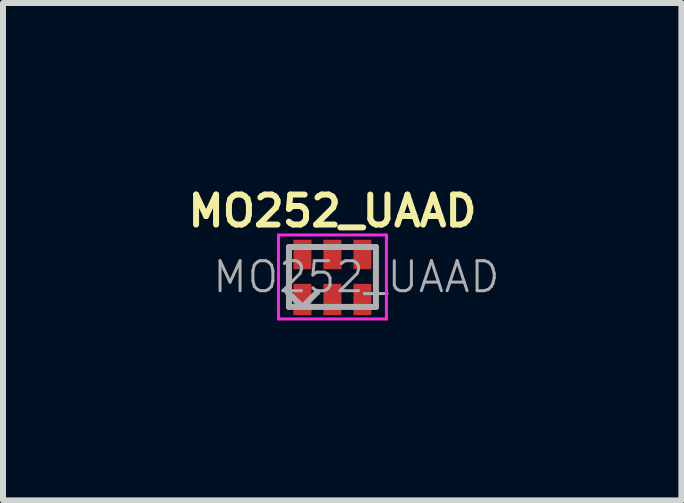
<source format=kicad_pcb>
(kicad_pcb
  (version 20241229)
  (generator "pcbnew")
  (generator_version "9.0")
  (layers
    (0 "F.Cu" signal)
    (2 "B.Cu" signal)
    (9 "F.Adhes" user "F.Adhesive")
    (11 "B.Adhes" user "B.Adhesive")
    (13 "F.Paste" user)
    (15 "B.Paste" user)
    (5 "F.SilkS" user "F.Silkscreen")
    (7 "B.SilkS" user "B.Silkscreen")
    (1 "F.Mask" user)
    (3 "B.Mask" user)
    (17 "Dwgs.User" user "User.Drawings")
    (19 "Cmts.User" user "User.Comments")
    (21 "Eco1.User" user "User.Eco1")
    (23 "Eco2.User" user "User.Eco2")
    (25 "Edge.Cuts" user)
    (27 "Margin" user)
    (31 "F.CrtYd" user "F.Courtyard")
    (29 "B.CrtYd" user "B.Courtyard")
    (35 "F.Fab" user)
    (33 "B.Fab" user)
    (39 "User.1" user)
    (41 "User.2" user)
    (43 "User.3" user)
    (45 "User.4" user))
  (footprint "MO252_UAAD"
    (layer "F.Cu")
    (at 2.493 1.568)
    (property "Reference" "MO252_UAAD" (at 0 -1.1 0) (layer "F.SilkS") (effects (font (size 0.5 0.5) (thickness 0.1))))
    (attr smd)
    (fp_line (start -0.9 -0.7) (end -0.9 0.7) (stroke (width 0.05) (type solid)) (layer "F.CrtYd"))
    (fp_line (start -0.9 0.7) (end 0.9 0.7) (stroke (width 0.05) (type solid)) (layer "F.CrtYd"))
    (fp_line (start 0.9 -0.7) (end -0.9 -0.7) (stroke (width 0.05) (type solid)) (layer "F.CrtYd"))
    (fp_line (start 0.9 0.7) (end 0.9 -0.7) (stroke (width 0.05) (type solid)) (layer "F.CrtYd"))
    (fp_line (start -0.725 -0.5) (end -0.725 0.5) (stroke (width 0.1) (type solid)) (layer "F.Fab"))
    (fp_line (start -0.725 0.5) (end 0.725 0.5) (stroke (width 0.1) (type solid)) (layer "F.Fab"))
    (fp_line (start -0.5 0.5) (end -0.75 0.25) (stroke (width 0.1) (type solid)) (layer "F.Fab"))
    (fp_line (start -0.25 0.25) (end -0.5 0.5) (stroke (width 0.1) (type solid)) (layer "F.Fab"))
    (fp_line (start 0.725 -0.5) (end -0.725 -0.5) (stroke (width 0.1) (type solid)) (layer "F.Fab"))
    (fp_line (start 0.725 0.5) (end 0.725 -0.5) (stroke (width 0.1) (type solid)) (layer "F.Fab"))
    (fp_text user "${REFERENCE}" (at 0.4 0 0) (layer "F.Fab") (effects (font (size 0.5 0.5) (thickness 0.05))))
    (pad "1" smd rect (at -0.5 0.375) (size 0.3 0.52) (layers "F.Cu" "F.Mask" "F.Paste"))
    (pad "2" smd rect (at 0 0.375) (size 0.3 0.52) (layers "F.Cu" "F.Mask" "F.Paste"))
    (pad "3" smd rect (at 0.5 0.375) (size 0.3 0.52) (layers "F.Cu" "F.Mask" "F.Paste"))
    (pad "4" smd rect (at 0.5 -0.375) (size 0.3 0.49) (layers "F.Cu" "F.Mask" "F.Paste"))
    (pad "5" smd rect (at 0 -0.375) (size 0.3 0.49) (layers "F.Cu" "F.Mask" "F.Paste"))
    (pad "6" smd rect (at -0.5 -0.375) (size 0.3 0.49) (layers "F.Cu" "F.Mask" "F.Paste")))
  (gr_rect
    (start -3 -3)
    (end 8.311 5.293)
    (stroke (width 0.1) (type default))
    (fill no)
    (layer "Edge.Cuts")))
</source>
